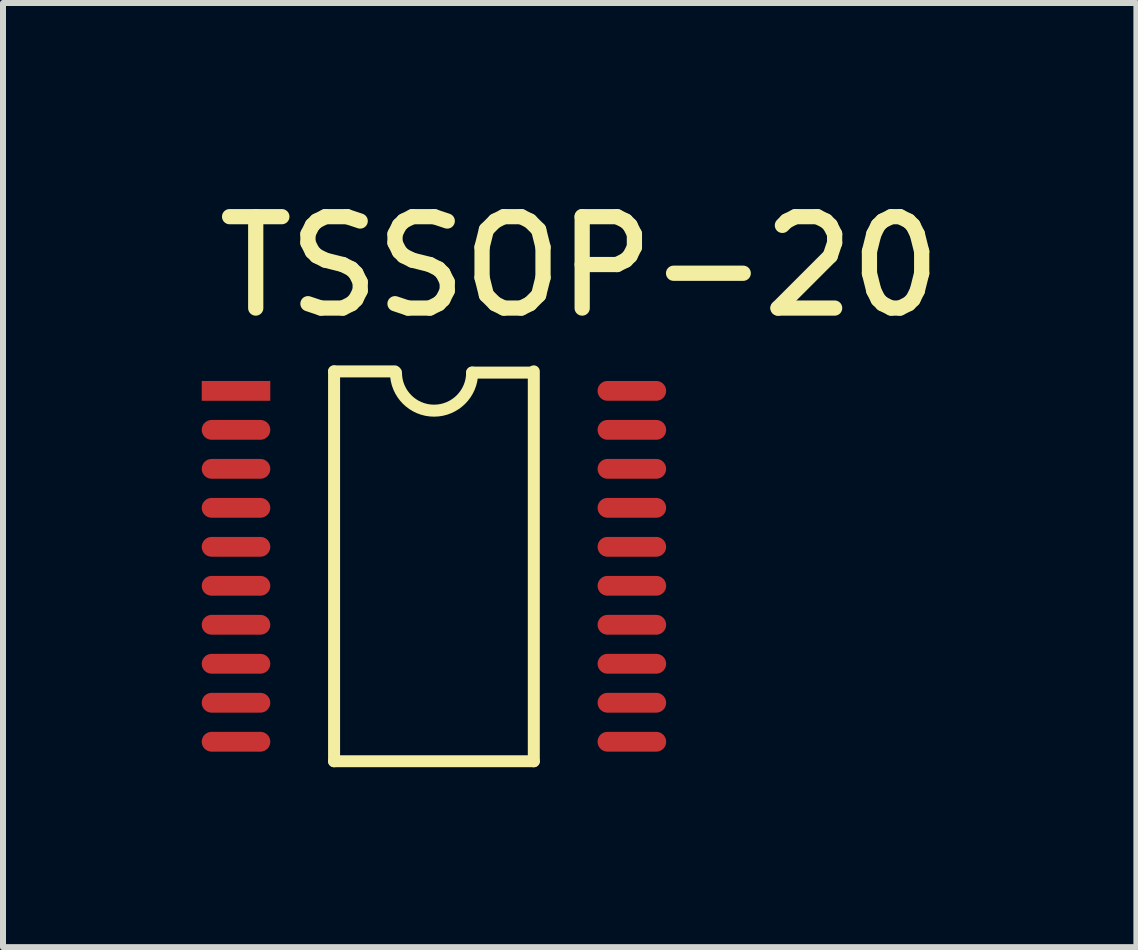
<source format=kicad_pcb>
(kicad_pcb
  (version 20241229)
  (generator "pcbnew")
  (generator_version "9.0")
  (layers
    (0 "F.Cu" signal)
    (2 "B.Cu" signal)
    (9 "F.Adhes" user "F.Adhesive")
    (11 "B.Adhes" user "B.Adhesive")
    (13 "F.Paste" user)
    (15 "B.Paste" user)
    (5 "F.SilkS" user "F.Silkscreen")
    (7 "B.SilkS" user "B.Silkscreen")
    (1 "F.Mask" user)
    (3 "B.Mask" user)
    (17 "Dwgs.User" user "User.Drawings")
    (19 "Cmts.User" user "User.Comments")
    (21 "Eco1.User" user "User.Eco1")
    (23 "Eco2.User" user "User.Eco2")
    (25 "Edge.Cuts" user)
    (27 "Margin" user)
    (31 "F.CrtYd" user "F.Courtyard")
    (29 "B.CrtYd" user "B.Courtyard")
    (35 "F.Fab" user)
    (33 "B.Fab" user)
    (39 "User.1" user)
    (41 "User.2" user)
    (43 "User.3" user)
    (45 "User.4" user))
  (footprint "TSSOP-20"
    (layer "F.Cu")
    (at 0.25 3.035)
    (property "Reference" "TSSOP-20" (at 0.216 -0.749 0) (unlocked yes) (layer "F.SilkS") (effects (font (size 1.524 1.524) (thickness 0.254)) (justify left bottom)))
    (fp_line (start 2.27 0.107) (end 3.282 0.107) (stroke (width 0.2) (type solid)) (layer "F.SilkS"))
    (fp_line (start 2.27 6.607) (end 2.27 0.107) (stroke (width 0.2) (type solid)) (layer "F.SilkS"))
    (fp_line (start 2.27 6.607) (end 5.6 6.607) (stroke (width 0.2) (type solid)) (layer "F.SilkS"))
    (fp_line (start 4.572 0.127) (end 5.58 0.127) (stroke (width 0.2) (type solid)) (layer "F.SilkS"))
    (fp_line (start 5.6 6.607) (end 5.6 0.107) (stroke (width 0.2) (type solid)) (layer "F.SilkS"))
    (fp_arc (start 4.572 0.127) (mid 3.937 0.762) (end 3.302 0.127) (stroke (width 0.2) (type solid)) (layer "F.SilkS"))
    (pad "1" smd rect (at 0.635 0.432) (size 1.143 0.33) (layers "F.Cu" "F.Mask" "F.Paste"))
    (pad "2" smd oval (at 0.635 1.082) (size 1.143 0.33) (layers "F.Cu" "F.Mask" "F.Paste"))
    (pad "3" smd oval (at 0.635 1.732) (size 1.143 0.33) (layers "F.Cu" "F.Mask" "F.Paste"))
    (pad "4" smd oval (at 0.635 2.382) (size 1.143 0.33) (layers "F.Cu" "F.Mask" "F.Paste"))
    (pad "5" smd oval (at 0.635 3.032) (size 1.143 0.33) (layers "F.Cu" "F.Mask" "F.Paste"))
    (pad "6" smd oval (at 0.635 3.682) (size 1.143 0.33) (layers "F.Cu" "F.Mask" "F.Paste"))
    (pad "7" smd oval (at 0.635 4.332) (size 1.143 0.33) (layers "F.Cu" "F.Mask" "F.Paste"))
    (pad "8" smd oval (at 0.635 4.982) (size 1.143 0.33) (layers "F.Cu" "F.Mask" "F.Paste"))
    (pad "9" smd oval (at 0.635 5.632) (size 1.143 0.33) (layers "F.Cu" "F.Mask" "F.Paste"))
    (pad "10" smd oval (at 0.635 6.282) (size 1.143 0.33) (layers "F.Cu" "F.Mask" "F.Paste"))
    (pad "11" smd oval (at 7.235 6.282) (size 1.143 0.33) (layers "F.Cu" "F.Mask" "F.Paste"))
    (pad "12" smd oval (at 7.235 5.632) (size 1.143 0.33) (layers "F.Cu" "F.Mask" "F.Paste"))
    (pad "13" smd oval (at 7.235 4.982) (size 1.143 0.33) (layers "F.Cu" "F.Mask" "F.Paste"))
    (pad "14" smd oval (at 7.235 4.332) (size 1.143 0.33) (layers "F.Cu" "F.Mask" "F.Paste"))
    (pad "15" smd oval (at 7.235 3.682) (size 1.143 0.33) (layers "F.Cu" "F.Mask" "F.Paste"))
    (pad "16" smd oval (at 7.235 3.032) (size 1.143 0.33) (layers "F.Cu" "F.Mask" "F.Paste"))
    (pad "17" smd oval (at 7.235 2.382) (size 1.143 0.33) (layers "F.Cu" "F.Mask" "F.Paste"))
    (pad "18" smd oval (at 7.235 1.732) (size 1.143 0.33) (layers "F.Cu" "F.Mask" "F.Paste"))
    (pad "19" smd oval (at 7.235 1.082) (size 1.143 0.33) (layers "F.Cu" "F.Mask" "F.Paste"))
    (pad "20" smd oval (at 7.235 0.432) (size 1.143 0.33) (layers "F.Cu" "F.Mask" "F.Paste")))
  (gr_rect
    (start -3 -3)
    (end 15.897 12.742)
    (stroke (width 0.1) (type default))
    (fill no)
    (layer "Edge.Cuts")))
</source>
